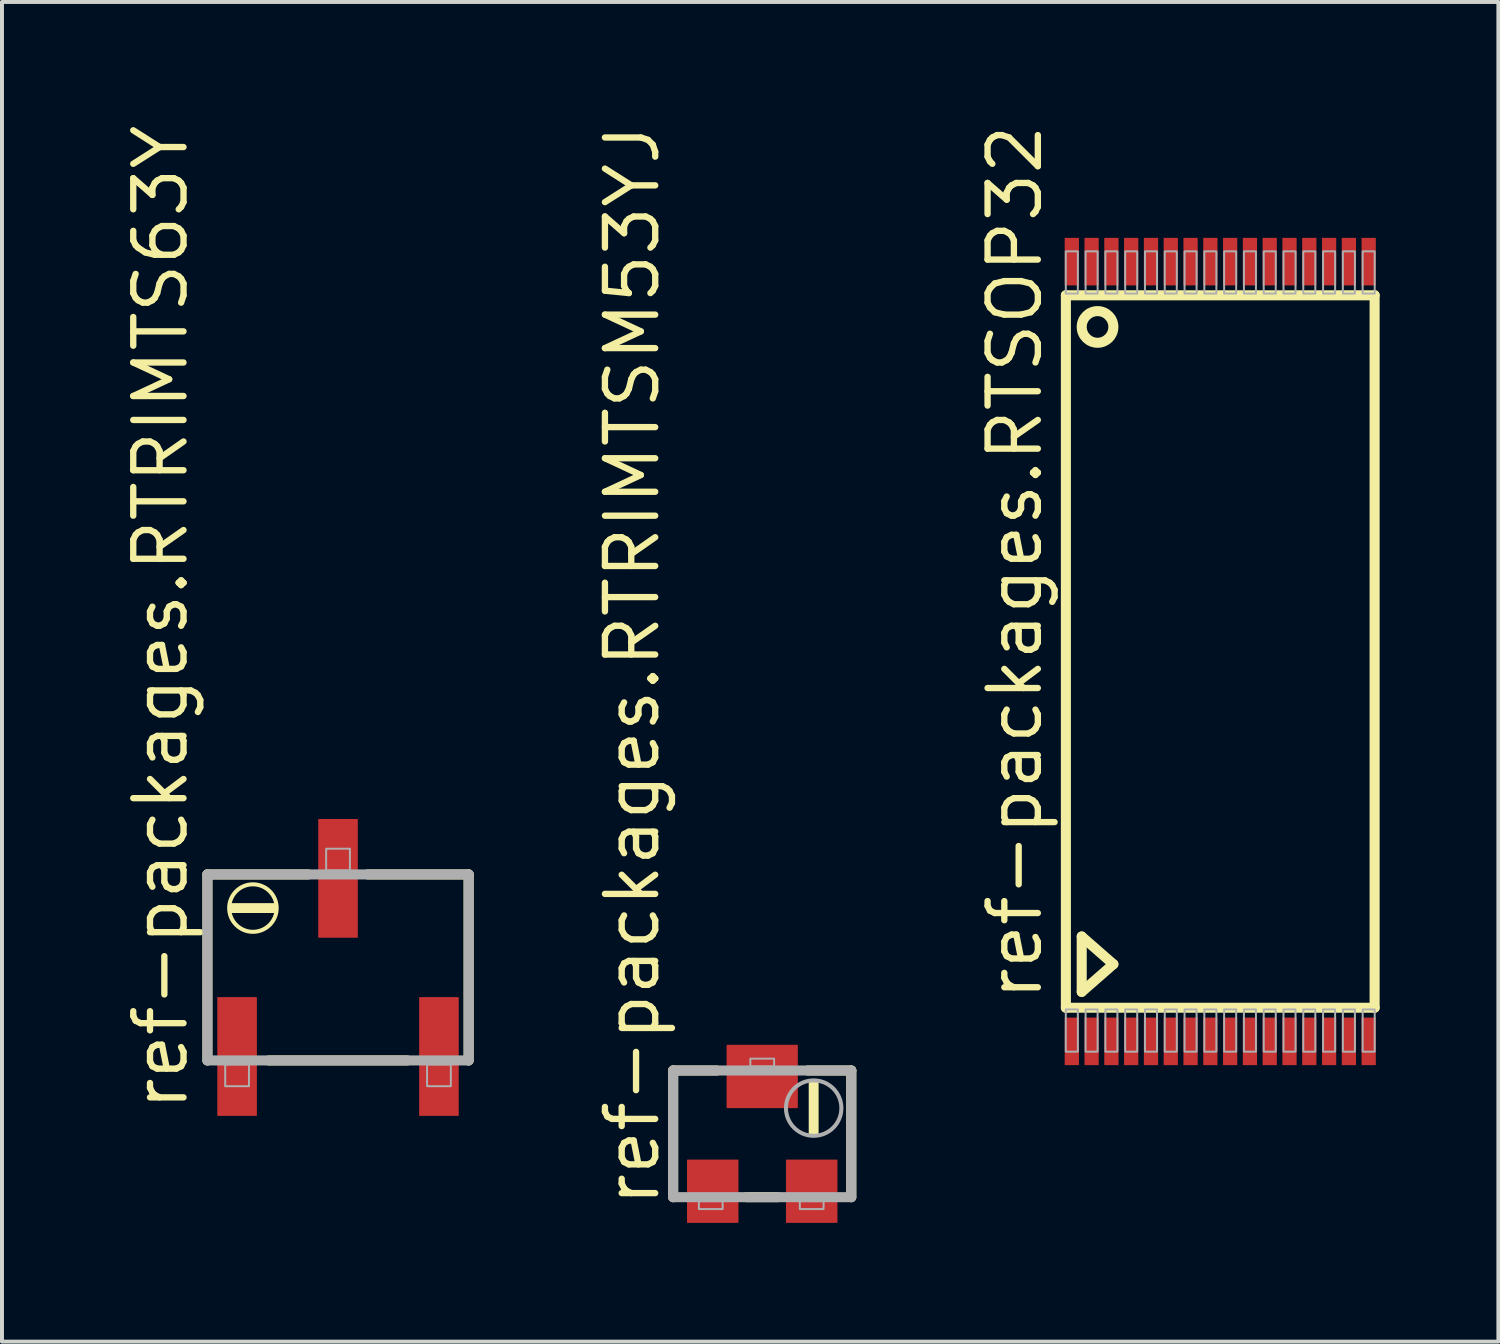
<source format=kicad_pcb>
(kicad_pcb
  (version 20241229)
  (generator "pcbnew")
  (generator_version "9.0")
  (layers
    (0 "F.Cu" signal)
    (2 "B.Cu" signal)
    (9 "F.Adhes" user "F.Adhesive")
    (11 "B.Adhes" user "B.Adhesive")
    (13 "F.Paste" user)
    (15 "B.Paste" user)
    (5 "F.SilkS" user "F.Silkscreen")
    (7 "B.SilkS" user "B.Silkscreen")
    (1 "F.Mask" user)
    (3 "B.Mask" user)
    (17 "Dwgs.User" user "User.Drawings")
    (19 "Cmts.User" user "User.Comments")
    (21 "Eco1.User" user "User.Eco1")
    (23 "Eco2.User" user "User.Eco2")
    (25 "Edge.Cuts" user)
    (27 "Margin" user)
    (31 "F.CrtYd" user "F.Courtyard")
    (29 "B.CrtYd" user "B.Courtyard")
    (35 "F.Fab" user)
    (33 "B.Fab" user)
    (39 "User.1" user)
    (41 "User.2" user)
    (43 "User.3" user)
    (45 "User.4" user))
  (footprint "ref-packages.RTRIMTS63Y"
    (layer "F.Cu")
    (at 5.49 21.392)
    (property "Reference" "ref-packages.RTRIMTS63Y" (at -3.74 3.69 90) (layer "F.SilkS") (effects (font (size 1.27 1.27) (thickness 0.16)) (justify left bottom)))
    (attr smd)
    (fp_line (start -3.3 -2.35) (end -0.75 -2.35) (stroke (width 0.254) (type default)) (layer "F.SilkS"))
    (fp_line (start -3.3 2.35) (end -3.3 -2.35) (stroke (width 0.254) (type default)) (layer "F.SilkS"))
    (fp_line (start 0.75 -2.35) (end 3.3 -2.35) (stroke (width 0.254) (type default)) (layer "F.SilkS"))
    (fp_line (start 1.75 2.35) (end -1.75 2.35) (stroke (width 0.254) (type default)) (layer "F.SilkS"))
    (fp_line (start 3.3 -2.35) (end 3.3 2.35) (stroke (width 0.254) (type default)) (layer "F.SilkS"))
    (fp_rect (start -2.7 -1.4) (end -1.6 -1.6) (stroke (width 0.05) (type default)) (fill yes) (layer "F.SilkS"))
    (fp_circle (center -2.15 -1.5) (end -1.55 -1.5) (stroke (width 0.102) (type default)) (fill no) (layer "F.SilkS"))
    (fp_line (start -3.3 -2.35) (end -3.3 2.35) (stroke (width 0.254) (type default)) (layer "F.Fab"))
    (fp_line (start -3.3 2.35) (end 3.3 2.35) (stroke (width 0.254) (type default)) (layer "F.Fab"))
    (fp_line (start 3.3 -2.35) (end -3.3 -2.35) (stroke (width 0.254) (type default)) (layer "F.Fab"))
    (fp_line (start 3.3 2.35) (end 3.3 -2.35) (stroke (width 0.254) (type default)) (layer "F.Fab"))
    (fp_rect (start -2.85 3) (end -2.25 2.45) (stroke (width 0.05) (type default)) (fill no) (layer "F.Fab"))
    (fp_rect (start -0.3 -2.45) (end 0.3 -3) (stroke (width 0.05) (type default)) (fill no) (layer "F.Fab"))
    (fp_rect (start 2.25 3) (end 2.85 2.45) (stroke (width 0.05) (type default)) (fill no) (layer "F.Fab"))
    (pad "1" smd roundrect (at -2.55 2.25) (size 1 3) (layers "F.Cu" "F.Mask" "F.Paste") (roundrect_rratio 0.01))
    (pad "2" smd roundrect (at 0 -2.25) (size 1 3) (layers "F.Cu" "F.Mask" "F.Paste") (roundrect_rratio 0.01))
    (pad "3" smd roundrect (at 2.55 2.25) (size 1 3) (layers "F.Cu" "F.Mask" "F.Paste") (roundrect_rratio 0.01)))
  (footprint "ref-packages.RTSOP32"
    (layer "F.Cu")
    (at 27.779 13.41)
    (property "Reference" "ref-packages.RTSOP32" (at -4.445 8.89 90) (layer "F.SilkS") (effects (font (size 1.27 1.27) (thickness 0.16)) (justify left bottom)))
    (attr smd)
    (fp_line (start -3.9 -9) (end 3.9 -9) (stroke (width 0.254) (type default)) (layer "F.SilkS"))
    (fp_line (start -3.9 9) (end -3.9 -9) (stroke (width 0.254) (type default)) (layer "F.SilkS"))
    (fp_line (start -3.5 7.2) (end -3.5 8.6) (stroke (width 0.254) (type default)) (layer "F.SilkS"))
    (fp_line (start -3.5 8.6) (end -2.7 7.9) (stroke (width 0.254) (type default)) (layer "F.SilkS"))
    (fp_line (start -2.7 7.9) (end -3.5 7.2) (stroke (width 0.254) (type default)) (layer "F.SilkS"))
    (fp_line (start 3.9 -9) (end 3.9 9) (stroke (width 0.254) (type default)) (layer "F.SilkS"))
    (fp_line (start 3.9 9) (end -3.9 9) (stroke (width 0.254) (type default)) (layer "F.SilkS"))
    (fp_circle (center -3.1 -8.2) (end -2.7 -8.2) (stroke (width 0.254) (type default)) (fill no) (layer "F.SilkS"))
    (fp_rect (start -3.902 -9.043) (end -3.598 -10.11) (stroke (width 0.05) (type default)) (fill no) (layer "F.Fab"))
    (fp_rect (start -3.902 10.11) (end -3.598 9.043) (stroke (width 0.05) (type default)) (fill no) (layer "F.Fab"))
    (fp_rect (start -3.402 -9.043) (end -3.098 -10.11) (stroke (width 0.05) (type default)) (fill no) (layer "F.Fab"))
    (fp_rect (start -3.402 10.11) (end -3.098 9.043) (stroke (width 0.05) (type default)) (fill no) (layer "F.Fab"))
    (fp_rect (start -2.902 -9.043) (end -2.598 -10.11) (stroke (width 0.05) (type default)) (fill no) (layer "F.Fab"))
    (fp_rect (start -2.902 10.11) (end -2.598 9.043) (stroke (width 0.05) (type default)) (fill no) (layer "F.Fab"))
    (fp_rect (start -2.402 -9.043) (end -2.098 -10.11) (stroke (width 0.05) (type default)) (fill no) (layer "F.Fab"))
    (fp_rect (start -2.402 10.11) (end -2.098 9.043) (stroke (width 0.05) (type default)) (fill no) (layer "F.Fab"))
    (fp_rect (start -1.902 -9.043) (end -1.598 -10.11) (stroke (width 0.05) (type default)) (fill no) (layer "F.Fab"))
    (fp_rect (start -1.902 10.11) (end -1.598 9.043) (stroke (width 0.05) (type default)) (fill no) (layer "F.Fab"))
    (fp_rect (start -1.402 -9.043) (end -1.098 -10.11) (stroke (width 0.05) (type default)) (fill no) (layer "F.Fab"))
    (fp_rect (start -1.402 10.11) (end -1.098 9.043) (stroke (width 0.05) (type default)) (fill no) (layer "F.Fab"))
    (fp_rect (start -0.902 -9.043) (end -0.598 -10.11) (stroke (width 0.05) (type default)) (fill no) (layer "F.Fab"))
    (fp_rect (start -0.902 10.11) (end -0.598 9.043) (stroke (width 0.05) (type default)) (fill no) (layer "F.Fab"))
    (fp_rect (start -0.402 -9.043) (end -0.098 -10.11) (stroke (width 0.05) (type default)) (fill no) (layer "F.Fab"))
    (fp_rect (start -0.402 10.11) (end -0.098 9.043) (stroke (width 0.05) (type default)) (fill no) (layer "F.Fab"))
    (fp_rect (start 0.098 -9.043) (end 0.402 -10.11) (stroke (width 0.05) (type default)) (fill no) (layer "F.Fab"))
    (fp_rect (start 0.098 10.11) (end 0.402 9.043) (stroke (width 0.05) (type default)) (fill no) (layer "F.Fab"))
    (fp_rect (start 0.598 -9.043) (end 0.902 -10.11) (stroke (width 0.05) (type default)) (fill no) (layer "F.Fab"))
    (fp_rect (start 0.598 10.11) (end 0.902 9.043) (stroke (width 0.05) (type default)) (fill no) (layer "F.Fab"))
    (fp_rect (start 1.098 -9.043) (end 1.402 -10.11) (stroke (width 0.05) (type default)) (fill no) (layer "F.Fab"))
    (fp_rect (start 1.098 10.11) (end 1.402 9.043) (stroke (width 0.05) (type default)) (fill no) (layer "F.Fab"))
    (fp_rect (start 1.598 -9.043) (end 1.902 -10.11) (stroke (width 0.05) (type default)) (fill no) (layer "F.Fab"))
    (fp_rect (start 1.598 10.11) (end 1.902 9.043) (stroke (width 0.05) (type default)) (fill no) (layer "F.Fab"))
    (fp_rect (start 2.098 -9.043) (end 2.402 -10.11) (stroke (width 0.05) (type default)) (fill no) (layer "F.Fab"))
    (fp_rect (start 2.098 10.11) (end 2.402 9.043) (stroke (width 0.05) (type default)) (fill no) (layer "F.Fab"))
    (fp_rect (start 2.598 -9.043) (end 2.902 -10.11) (stroke (width 0.05) (type default)) (fill no) (layer "F.Fab"))
    (fp_rect (start 2.598 10.11) (end 2.902 9.043) (stroke (width 0.05) (type default)) (fill no) (layer "F.Fab"))
    (fp_rect (start 3.098 -9.043) (end 3.402 -10.11) (stroke (width 0.05) (type default)) (fill no) (layer "F.Fab"))
    (fp_rect (start 3.098 10.11) (end 3.402 9.043) (stroke (width 0.05) (type default)) (fill no) (layer "F.Fab"))
    (fp_rect (start 3.598 -9.043) (end 3.902 -10.11) (stroke (width 0.05) (type default)) (fill no) (layer "F.Fab"))
    (fp_rect (start 3.598 10.11) (end 3.902 9.043) (stroke (width 0.05) (type default)) (fill no) (layer "F.Fab"))
    (pad "1" smd roundrect (at -3.75 9.85) (size 0.36 1.2) (layers "F.Cu" "F.Mask" "F.Paste") (roundrect_rratio 0.01))
    (pad "2" smd roundrect (at -3.25 9.85) (size 0.36 1.2) (layers "F.Cu" "F.Mask" "F.Paste") (roundrect_rratio 0.01))
    (pad "3" smd roundrect (at -2.75 9.85) (size 0.36 1.2) (layers "F.Cu" "F.Mask" "F.Paste") (roundrect_rratio 0.01))
    (pad "4" smd roundrect (at -2.25 9.85) (size 0.36 1.2) (layers "F.Cu" "F.Mask" "F.Paste") (roundrect_rratio 0.01))
    (pad "5" smd roundrect (at -1.75 9.85) (size 0.36 1.2) (layers "F.Cu" "F.Mask" "F.Paste") (roundrect_rratio 0.01))
    (pad "6" smd roundrect (at -1.25 9.85) (size 0.36 1.2) (layers "F.Cu" "F.Mask" "F.Paste") (roundrect_rratio 0.01))
    (pad "7" smd roundrect (at -0.75 9.85) (size 0.36 1.2) (layers "F.Cu" "F.Mask" "F.Paste") (roundrect_rratio 0.01))
    (pad "8" smd roundrect (at -0.25 9.85) (size 0.36 1.2) (layers "F.Cu" "F.Mask" "F.Paste") (roundrect_rratio 0.01))
    (pad "9" smd roundrect (at 0.25 9.85) (size 0.36 1.2) (layers "F.Cu" "F.Mask" "F.Paste") (roundrect_rratio 0.01))
    (pad "10" smd roundrect (at 0.75 9.85) (size 0.36 1.2) (layers "F.Cu" "F.Mask" "F.Paste") (roundrect_rratio 0.01))
    (pad "11" smd roundrect (at 1.25 9.85) (size 0.36 1.2) (layers "F.Cu" "F.Mask" "F.Paste") (roundrect_rratio 0.01))
    (pad "12" smd roundrect (at 1.75 9.85) (size 0.36 1.2) (layers "F.Cu" "F.Mask" "F.Paste") (roundrect_rratio 0.01))
    (pad "13" smd roundrect (at 2.25 9.85) (size 0.36 1.2) (layers "F.Cu" "F.Mask" "F.Paste") (roundrect_rratio 0.01))
    (pad "14" smd roundrect (at 2.75 9.85) (size 0.36 1.2) (layers "F.Cu" "F.Mask" "F.Paste") (roundrect_rratio 0.01))
    (pad "15" smd roundrect (at 3.25 9.85) (size 0.36 1.2) (layers "F.Cu" "F.Mask" "F.Paste") (roundrect_rratio 0.01))
    (pad "16" smd roundrect (at 3.75 9.85) (size 0.36 1.2) (layers "F.Cu" "F.Mask" "F.Paste") (roundrect_rratio 0.01))
    (pad "17" smd roundrect (at 3.75 -9.85) (size 0.36 1.2) (layers "F.Cu" "F.Mask" "F.Paste") (roundrect_rratio 0.01))
    (pad "18" smd roundrect (at 3.25 -9.85) (size 0.36 1.2) (layers "F.Cu" "F.Mask" "F.Paste") (roundrect_rratio 0.01))
    (pad "19" smd roundrect (at 2.75 -9.85) (size 0.36 1.2) (layers "F.Cu" "F.Mask" "F.Paste") (roundrect_rratio 0.01))
    (pad "20" smd roundrect (at 2.25 -9.85) (size 0.36 1.2) (layers "F.Cu" "F.Mask" "F.Paste") (roundrect_rratio 0.01))
    (pad "21" smd roundrect (at 1.75 -9.85) (size 0.36 1.2) (layers "F.Cu" "F.Mask" "F.Paste") (roundrect_rratio 0.01))
    (pad "22" smd roundrect (at 1.25 -9.85) (size 0.36 1.2) (layers "F.Cu" "F.Mask" "F.Paste") (roundrect_rratio 0.01))
    (pad "23" smd roundrect (at 0.75 -9.85) (size 0.36 1.2) (layers "F.Cu" "F.Mask" "F.Paste") (roundrect_rratio 0.01))
    (pad "24" smd roundrect (at 0.25 -9.85) (size 0.36 1.2) (layers "F.Cu" "F.Mask" "F.Paste") (roundrect_rratio 0.01))
    (pad "25" smd roundrect (at -0.25 -9.85) (size 0.36 1.2) (layers "F.Cu" "F.Mask" "F.Paste") (roundrect_rratio 0.01))
    (pad "26" smd roundrect (at -0.75 -9.85) (size 0.36 1.2) (layers "F.Cu" "F.Mask" "F.Paste") (roundrect_rratio 0.01))
    (pad "27" smd roundrect (at -1.25 -9.85) (size 0.36 1.2) (layers "F.Cu" "F.Mask" "F.Paste") (roundrect_rratio 0.01))
    (pad "28" smd roundrect (at -1.75 -9.85) (size 0.36 1.2) (layers "F.Cu" "F.Mask" "F.Paste") (roundrect_rratio 0.01))
    (pad "29" smd roundrect (at -2.25 -9.85) (size 0.36 1.2) (layers "F.Cu" "F.Mask" "F.Paste") (roundrect_rratio 0.01))
    (pad "30" smd roundrect (at -2.75 -9.85) (size 0.36 1.2) (layers "F.Cu" "F.Mask" "F.Paste") (roundrect_rratio 0.01))
    (pad "31" smd roundrect (at -3.25 -9.85) (size 0.36 1.2) (layers "F.Cu" "F.Mask" "F.Paste") (roundrect_rratio 0.01))
    (pad "32" smd roundrect (at -3.75 -9.85) (size 0.36 1.2) (layers "F.Cu" "F.Mask" "F.Paste") (roundrect_rratio 0.01)))
  (footprint "ref-packages.RTRIMTSM53YJ"
    (layer "F.Cu")
    (at 16.207 25.596)
    (property "Reference" "ref-packages.RTRIMTSM53YJ" (at -2.54 1.905 90) (layer "F.SilkS") (effects (font (size 1.27 1.27) (thickness 0.16)) (justify left bottom)))
    (attr smd)
    (fp_line (start -2.25 -1.6) (end -1.15 -1.6) (stroke (width 0.254) (type default)) (layer "F.SilkS"))
    (fp_line (start -2.25 1.6) (end -2.25 -1.6) (stroke (width 0.254) (type default)) (layer "F.SilkS"))
    (fp_line (start -0.4 1.6) (end 0.4 1.6) (stroke (width 0.254) (type default)) (layer "F.SilkS"))
    (fp_line (start 2.25 -1.6) (end 1.15 -1.6) (stroke (width 0.254) (type default)) (layer "F.SilkS"))
    (fp_line (start 2.25 1.6) (end 2.25 -1.6) (stroke (width 0.254) (type default)) (layer "F.SilkS"))
    (fp_rect (start 1.2 0) (end 1.4 -1.3) (stroke (width 0.05) (type default)) (fill yes) (layer "F.SilkS"))
    (fp_line (start -2.25 -1.6) (end -2.25 1.6) (stroke (width 0.254) (type default)) (layer "F.Fab"))
    (fp_line (start -2.25 1.6) (end 2.25 1.6) (stroke (width 0.254) (type default)) (layer "F.Fab"))
    (fp_line (start 2.25 -1.6) (end -2.25 -1.6) (stroke (width 0.254) (type default)) (layer "F.Fab"))
    (fp_line (start 2.25 1.6) (end 2.25 -1.6) (stroke (width 0.254) (type default)) (layer "F.Fab"))
    (fp_rect (start -1.6 1.9) (end -1 1.7) (stroke (width 0.05) (type default)) (fill no) (layer "F.Fab"))
    (fp_rect (start -0.3 -1.7) (end 0.3 -1.9) (stroke (width 0.05) (type default)) (fill no) (layer "F.Fab"))
    (fp_rect (start 0.95 1.9) (end 1.55 1.7) (stroke (width 0.05) (type default)) (fill no) (layer "F.Fab"))
    (fp_circle (center 1.3 -0.65) (end 2 -0.65) (stroke (width 0.102) (type default)) (fill no) (layer "F.Fab"))
    (pad "1" smd roundrect (at -1.25 1.45) (size 1.3 1.6) (layers "F.Cu" "F.Mask" "F.Paste") (roundrect_rratio 0.01))
    (pad "2" smd roundrect (at 1.25 1.45) (size 1.3 1.6) (layers "F.Cu" "F.Mask" "F.Paste") (roundrect_rratio 0.01))
    (pad "3" smd roundrect (at 0 -1.45) (size 1.8 1.6) (layers "F.Cu" "F.Mask" "F.Paste") (roundrect_rratio 0.01)))
  (gr_rect
    (start -3 -3)
    (end 34.806 30.846)
    (stroke (width 0.1) (type default))
    (fill no)
    (layer "Edge.Cuts")))
</source>
